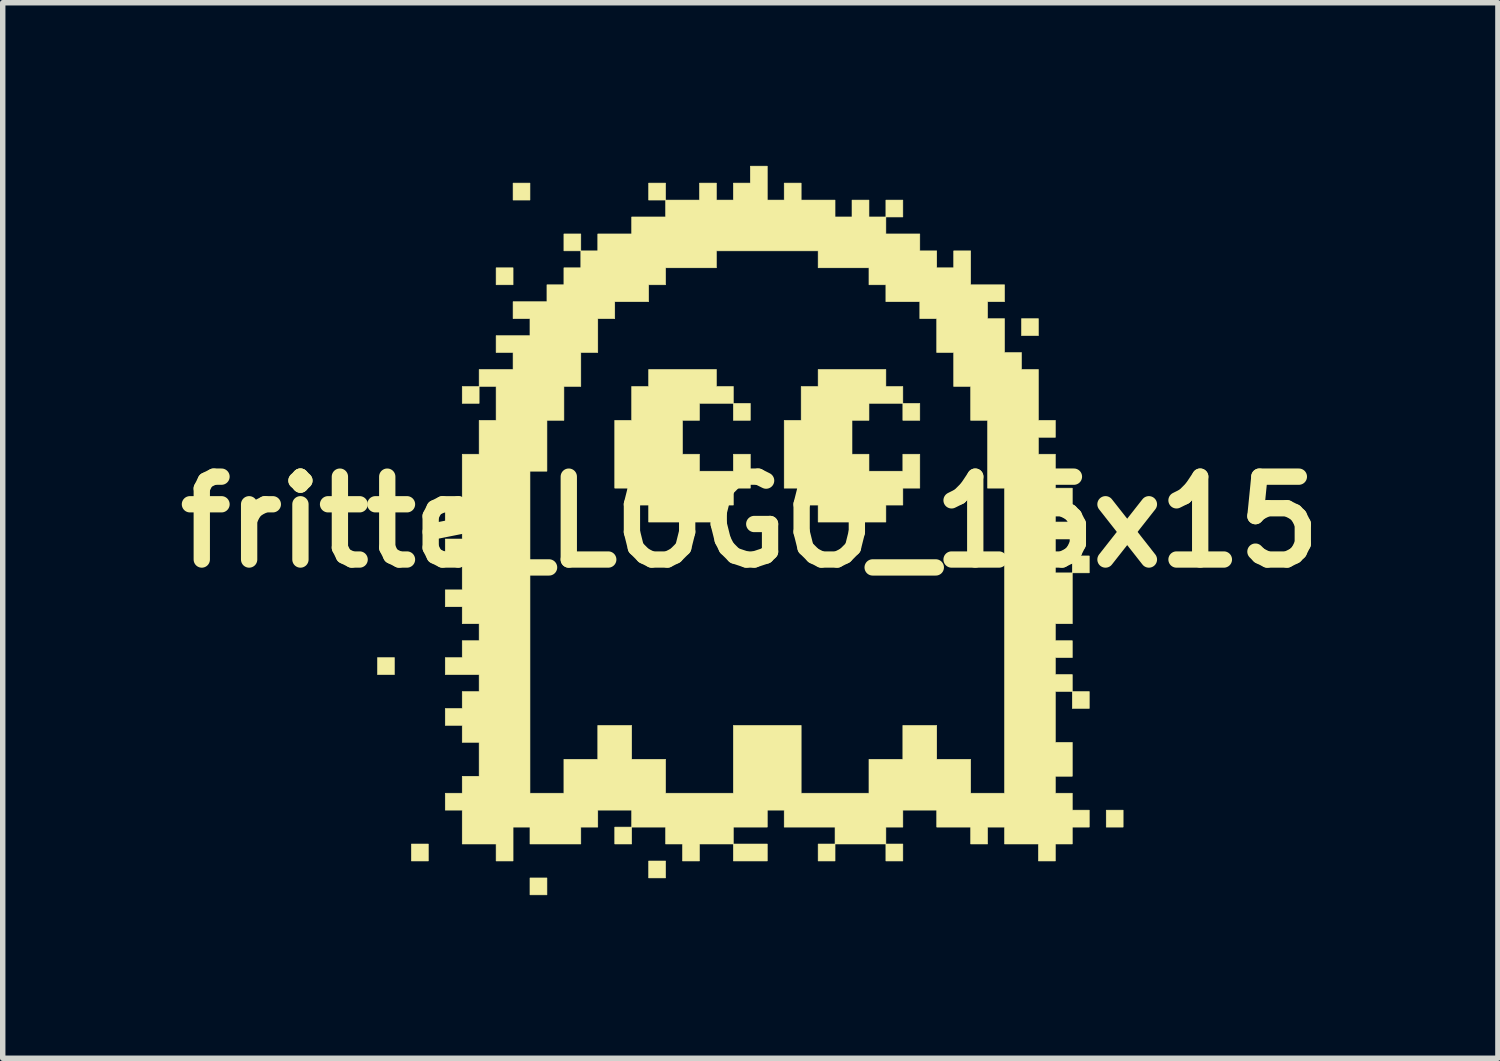
<source format=kicad_pcb>
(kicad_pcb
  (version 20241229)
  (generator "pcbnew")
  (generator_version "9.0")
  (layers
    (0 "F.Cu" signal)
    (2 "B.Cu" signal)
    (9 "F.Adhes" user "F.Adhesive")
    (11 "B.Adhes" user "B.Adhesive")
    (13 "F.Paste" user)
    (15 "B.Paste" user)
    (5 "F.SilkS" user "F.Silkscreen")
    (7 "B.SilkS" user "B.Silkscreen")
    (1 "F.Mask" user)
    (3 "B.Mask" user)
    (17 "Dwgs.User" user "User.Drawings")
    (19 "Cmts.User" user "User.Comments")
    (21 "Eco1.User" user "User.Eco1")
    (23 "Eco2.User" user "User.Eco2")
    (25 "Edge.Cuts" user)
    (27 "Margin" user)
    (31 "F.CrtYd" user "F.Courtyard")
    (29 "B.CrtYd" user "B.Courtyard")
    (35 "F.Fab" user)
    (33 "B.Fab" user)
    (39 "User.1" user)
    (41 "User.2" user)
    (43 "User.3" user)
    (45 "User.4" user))
  (footprint "fritte_LOGO_15x15"
    (layer "F.Cu")
    (at 10.748 6.55)
    (property "Reference" "fritte_LOGO_15x15" (at 0 0 0) (layer "F.SilkS") (effects (font (size 1.524 1.524) (thickness 0.3))))
    (attr through_hole)
    (fp_poly (pts (xy -6.545 2.805) (xy -6.856 2.805) (xy -6.856 2.493) (xy -6.545 2.493) (xy -6.545 2.805)) (stroke (width 0.01) (type solid)) (fill yes) (layer "F.SilkS"))
    (fp_poly (pts (xy -5.921 6.233) (xy -6.233 6.233) (xy -6.233 5.921) (xy -5.921 5.921) (xy -5.921 6.233)) (stroke (width 0.01) (type solid)) (fill yes) (layer "F.SilkS"))
    (fp_poly (pts (xy -4.987 -2.182) (xy -5.298 -2.182) (xy -5.298 -2.493) (xy -4.987 -2.493) (xy -4.987 -2.182)) (stroke (width 0.01) (type solid)) (fill yes) (layer "F.SilkS"))
    (fp_poly (pts (xy -4.363 -4.363) (xy -4.675 -4.363) (xy -4.675 -4.675) (xy -4.363 -4.675) (xy -4.363 -4.363)) (stroke (width 0.01) (type solid)) (fill yes) (layer "F.SilkS"))
    (fp_poly (pts (xy -4.052 -5.921) (xy -4.363 -5.921) (xy -4.363 -6.233) (xy -4.052 -6.233) (xy -4.052 -5.921)) (stroke (width 0.01) (type solid)) (fill yes) (layer "F.SilkS"))
    (fp_poly (pts (xy -3.74 6.856) (xy -4.052 6.856) (xy -4.052 6.545) (xy -3.74 6.545) (xy -3.74 6.856)) (stroke (width 0.01) (type solid)) (fill yes) (layer "F.SilkS"))
    (fp_poly (pts (xy -3.117 -4.987) (xy -3.428 -4.987) (xy -3.428 -5.298) (xy -3.117 -5.298) (xy -3.117 -4.987)) (stroke (width 0.01) (type solid)) (fill yes) (layer "F.SilkS"))
    (fp_poly (pts (xy -2.182 5.921) (xy -2.493 5.921) (xy -2.493 5.61) (xy -2.182 5.61) (xy -2.182 5.921)) (stroke (width 0.01) (type solid)) (fill yes) (layer "F.SilkS"))
    (fp_poly (pts (xy -1.558 -5.921) (xy -1.87 -5.921) (xy -1.87 -6.233) (xy -1.558 -6.233) (xy -1.558 -5.921)) (stroke (width 0.01) (type solid)) (fill yes) (layer "F.SilkS"))
    (fp_poly (pts (xy -1.558 6.545) (xy -1.87 6.545) (xy -1.87 6.233) (xy -1.558 6.233) (xy -1.558 6.545)) (stroke (width 0.01) (type solid)) (fill yes) (layer "F.SilkS"))
    (fp_poly (pts (xy 0 -1.87) (xy -0.312 -1.87) (xy -0.312 -2.182) (xy 0 -2.182) (xy 0 -1.87)) (stroke (width 0.01) (type solid)) (fill yes) (layer "F.SilkS"))
    (fp_poly (pts (xy 0.312 6.233) (xy -0.312 6.233) (xy -0.312 5.921) (xy 0.312 5.921) (xy 0.312 6.233)) (stroke (width 0.01) (type solid)) (fill yes) (layer "F.SilkS"))
    (fp_poly (pts (xy 1.558 6.233) (xy 1.247 6.233) (xy 1.247 5.921) (xy 1.558 5.921) (xy 1.558 6.233)) (stroke (width 0.01) (type solid)) (fill yes) (layer "F.SilkS"))
    (fp_poly (pts (xy 2.805 -5.61) (xy 2.493 -5.61) (xy 2.493 -5.921) (xy 2.805 -5.921) (xy 2.805 -5.61)) (stroke (width 0.01) (type solid)) (fill yes) (layer "F.SilkS"))
    (fp_poly (pts (xy 2.805 6.233) (xy 2.493 6.233) (xy 2.493 5.921) (xy 2.805 5.921) (xy 2.805 6.233)) (stroke (width 0.01) (type solid)) (fill yes) (layer "F.SilkS"))
    (fp_poly (pts (xy 3.117 -1.87) (xy 2.805 -1.87) (xy 2.805 -2.182) (xy 3.117 -2.182) (xy 3.117 -1.87)) (stroke (width 0.01) (type solid)) (fill yes) (layer "F.SilkS"))
    (fp_poly (pts (xy 5.298 -3.428) (xy 4.987 -3.428) (xy 4.987 -3.74) (xy 5.298 -3.74) (xy 5.298 -3.428)) (stroke (width 0.01) (type solid)) (fill yes) (layer "F.SilkS"))
    (fp_poly (pts (xy 6.233 0.935) (xy 5.921 0.935) (xy 5.921 0.623) (xy 6.233 0.623) (xy 6.233 0.935)) (stroke (width 0.01) (type solid)) (fill yes) (layer "F.SilkS"))
    (fp_poly (pts (xy 6.233 3.428) (xy 5.921 3.428) (xy 5.921 3.117) (xy 6.233 3.117) (xy 6.233 3.428)) (stroke (width 0.01) (type solid)) (fill yes) (layer "F.SilkS"))
    (fp_poly (pts (xy 6.856 5.61) (xy 6.545 5.61) (xy 6.545 5.298) (xy 6.856 5.298) (xy 6.856 5.61)) (stroke (width 0.01) (type solid)) (fill yes) (layer "F.SilkS"))
    (fp_poly (pts (xy -0.623 -2.493) (xy -0.312 -2.493) (xy -0.312 -2.182) (xy -0.935 -2.182) (xy -0.935 -1.87) (xy -1.247 -1.87) (xy -1.247 -1.247) (xy -0.935 -1.247) (xy -0.935 -0.935) (xy -0.312 -0.935) (xy -0.312 -1.247) (xy 0 -1.247) (xy 0 -0.623) (xy -0.312 -0.623) (xy -0.312 -0.312) (xy -0.623 -0.312) (xy -0.623 0) (xy -1.87 0) (xy -1.87 -0.312) (xy -2.182 -0.312) (xy -2.182 -0.623) (xy -2.493 -0.623) (xy -2.493 -1.87) (xy -2.182 -1.87) (xy -2.182 -2.493) (xy -1.87 -2.493) (xy -1.87 -2.805) (xy -0.623 -2.805) (xy -0.623 -2.493)) (stroke (width 0.01) (type solid)) (fill yes) (layer "F.SilkS"))
    (fp_poly (pts (xy 2.493 -2.493) (xy 2.805 -2.493) (xy 2.805 -2.182) (xy 2.182 -2.182) (xy 2.182 -1.87) (xy 1.87 -1.87) (xy 1.87 -1.247) (xy 2.182 -1.247) (xy 2.182 -0.935) (xy 2.805 -0.935) (xy 2.805 -1.247) (xy 3.117 -1.247) (xy 3.117 -0.623) (xy 2.805 -0.623) (xy 2.805 -0.312) (xy 2.493 -0.312) (xy 2.493 0) (xy 1.247 0) (xy 1.247 -0.312) (xy 0.935 -0.312) (xy 0.935 -0.623) (xy 0.623 -0.623) (xy 0.623 -1.87) (xy 0.935 -1.87) (xy 0.935 -2.493) (xy 1.247 -2.493) (xy 1.247 -2.805) (xy 2.493 -2.805) (xy 2.493 -2.493)) (stroke (width 0.01) (type solid)) (fill yes) (layer "F.SilkS"))
    (fp_poly (pts (xy -4.987 -2.805) (xy -4.363 -2.805) (xy -4.363 -3.117) (xy -4.675 -3.117) (xy -4.675 -3.428) (xy -4.052 -3.428) (xy -4.052 -3.74) (xy -4.363 -3.74) (xy -4.363 -4.052) (xy -3.74 -4.052) (xy -3.74 -4.363) (xy -3.428 -4.363) (xy -3.428 -4.675) (xy -3.117 -4.675) (xy -3.117 -4.987) (xy -2.805 -4.987) (xy -2.805 -5.298) (xy -2.182 -5.298) (xy -2.182 -5.61) (xy -1.558 -5.61) (xy -1.558 -5.921) (xy -0.935 -5.921) (xy -0.935 -6.233) (xy -0.623 -6.233) (xy -0.623 -5.921) (xy -0.312 -5.921) (xy -0.312 -6.233) (xy 0 -6.233) (xy 0 -6.545) (xy 0.312 -6.545) (xy 0.312 -5.921) (xy 0.623 -5.921) (xy 0.623 -6.233) (xy 0.935 -6.233) (xy 0.935 -5.921) (xy 1.558 -5.921) (xy 1.558 -5.61) (xy 1.87 -5.61) (xy 1.87 -5.921) (xy 2.182 -5.921) (xy 2.182 -5.61) (xy 2.493 -5.61) (xy 2.493 -5.298) (xy 3.117 -5.298) (xy 3.117 -4.987) (xy 3.428 -4.987) (xy 3.428 -4.675) (xy 3.74 -4.675) (xy 3.74 -4.987) (xy 4.052 -4.987) (xy 4.052 -4.363) (xy 4.675 -4.363) (xy 4.675 -4.052) (xy 4.363 -4.052) (xy 4.363 -3.74) (xy 4.675 -3.74) (xy 4.675 -3.117) (xy 4.987 -3.117) (xy 4.987 -2.805) (xy 5.298 -2.805) (xy 5.298 -1.87) (xy 5.61 -1.87) (xy 5.61 -1.558) (xy 5.298 -1.558) (xy 5.298 -1.247) (xy 5.61 -1.247) (xy 5.61 -0.623) (xy 5.921 -0.623) (xy 5.921 -0.312) (xy 5.61 -0.312) (xy 5.61 0) (xy 5.921 0) (xy 5.921 0.312) (xy 5.61 0.312) (xy 5.61 0.935) (xy 5.921 0.935) (xy 5.921 1.87) (xy 5.61 1.87) (xy 5.61 2.182) (xy 5.921 2.182) (xy 5.921 2.493) (xy 5.61 2.493) (xy 5.61 2.805) (xy 5.921 2.805) (xy 5.921 3.117) (xy 5.61 3.117) (xy 5.61 4.052) (xy 5.921 4.052) (xy 5.921 4.675) (xy 5.61 4.675) (xy 5.61 4.987) (xy 5.921 4.987) (xy 5.921 5.298) (xy 6.233 5.298) (xy 6.233 5.61) (xy 5.921 5.61) (xy 5.921 5.921) (xy 5.61 5.921) (xy 5.61 6.233) (xy 5.298 6.233) (xy 5.298 5.921) (xy 4.675 5.921) (xy 4.675 5.61) (xy 4.363 5.61) (xy 4.363 5.921) (xy 4.052 5.921) (xy 4.052 5.61) (xy 3.428 5.61) (xy 3.428 5.298) (xy 2.805 5.298) (xy 2.805 5.61) (xy 2.493 5.61) (xy 2.493 5.921) (xy 1.558 5.921) (xy 1.558 5.61) (xy 0.623 5.61) (xy 0.623 5.298) (xy 0.312 5.298) (xy 0.312 5.61) (xy -0.312 5.61) (xy -0.312 5.921) (xy -0.935 5.921) (xy -0.935 6.233) (xy -1.247 6.233) (xy -1.247 5.921) (xy -1.558 5.921) (xy -1.558 5.61) (xy -2.182 5.61) (xy -2.182 5.298) (xy -2.805 5.298) (xy -2.805 5.61) (xy -3.117 5.61) (xy -3.117 5.921) (xy -4.052 5.921) (xy -4.052 5.61) (xy -4.363 5.61) (xy -4.363 6.233) (xy -4.675 6.233) (xy -4.675 5.921) (xy -5.298 5.921) (xy -5.298 5.298) (xy -5.61 5.298) (xy -5.61 4.987) (xy -5.298 4.987) (xy -5.298 4.675) (xy -4.987 4.675) (xy -4.987 4.052) (xy -5.298 4.052) (xy -5.298 3.74) (xy -5.61 3.74) (xy -5.61 3.428) (xy -5.298 3.428) (xy -5.298 3.117) (xy -4.987 3.117) (xy -4.987 2.805) (xy -5.61 2.805) (xy -5.61 2.493) (xy -5.298 2.493) (xy -5.298 2.182) (xy -4.987 2.182) (xy -4.987 1.87) (xy -5.298 1.87) (xy -5.298 1.558) (xy -5.61 1.558) (xy -5.61 1.247) (xy -5.298 1.247) (xy -5.298 0.623) (xy -5.61 0.623) (xy -5.61 0.312) (xy -5.298 0.312) (xy -5.298 0) (xy -5.61 0) (xy -5.61 -0.312) (xy -5.298 -0.312) (xy -5.298 -0.935) (xy -4.052 -0.935) (xy -4.052 4.987) (xy -3.428 4.987) (xy -3.428 4.363) (xy -2.805 4.363) (xy -2.805 3.74) (xy -2.182 3.74) (xy -2.182 4.363) (xy -1.558 4.363) (xy -1.558 4.987) (xy -0.312 4.987) (xy -0.312 3.74) (xy 0.935 3.74) (xy 0.935 4.987) (xy 2.182 4.987) (xy 2.182 4.363) (xy 2.805 4.363) (xy 2.805 3.74) (xy 3.428 3.74) (xy 3.428 4.363) (xy 4.052 4.363) (xy 4.052 4.987) (xy 4.675 4.987) (xy 4.675 -0.623) (xy 4.363 -0.623) (xy 4.363 -1.87) (xy 4.052 -1.87) (xy 4.052 -2.493) (xy 3.74 -2.493) (xy 3.74 -3.117) (xy 3.428 -3.117) (xy 3.428 -3.74) (xy 3.117 -3.74) (xy 3.117 -4.052) (xy 2.493 -4.052) (xy 2.493 -4.363) (xy 2.182 -4.363) (xy 2.182 -4.675) (xy 1.247 -4.675) (xy 1.247 -4.987) (xy -0.623 -4.987) (xy -0.623 -4.675) (xy -1.558 -4.675) (xy -1.558 -4.363) (xy -1.87 -4.363) (xy -1.87 -4.052) (xy -2.493 -4.052) (xy -2.493 -3.74) (xy -2.805 -3.74) (xy -2.805 -3.117) (xy -3.117 -3.117) (xy -3.117 -2.493) (xy -3.428 -2.493) (xy -3.428 -1.87) (xy -3.74 -1.87) (xy -3.74 -0.935) (xy -4.052 -0.935) (xy -5.298 -0.935) (xy -5.298 -1.247) (xy -4.987 -1.247) (xy -4.987 -1.87) (xy -4.675 -1.87) (xy -4.675 -2.493) (xy -4.987 -2.493) (xy -4.987 -2.805)) (stroke (width 0.01) (type solid)) (fill yes) (layer "F.SilkS")))
  (gr_rect
    (start -3 -3)
    (end 24.496 16.411)
    (stroke (width 0.1) (type default))
    (fill no)
    (layer "Edge.Cuts")))
</source>
